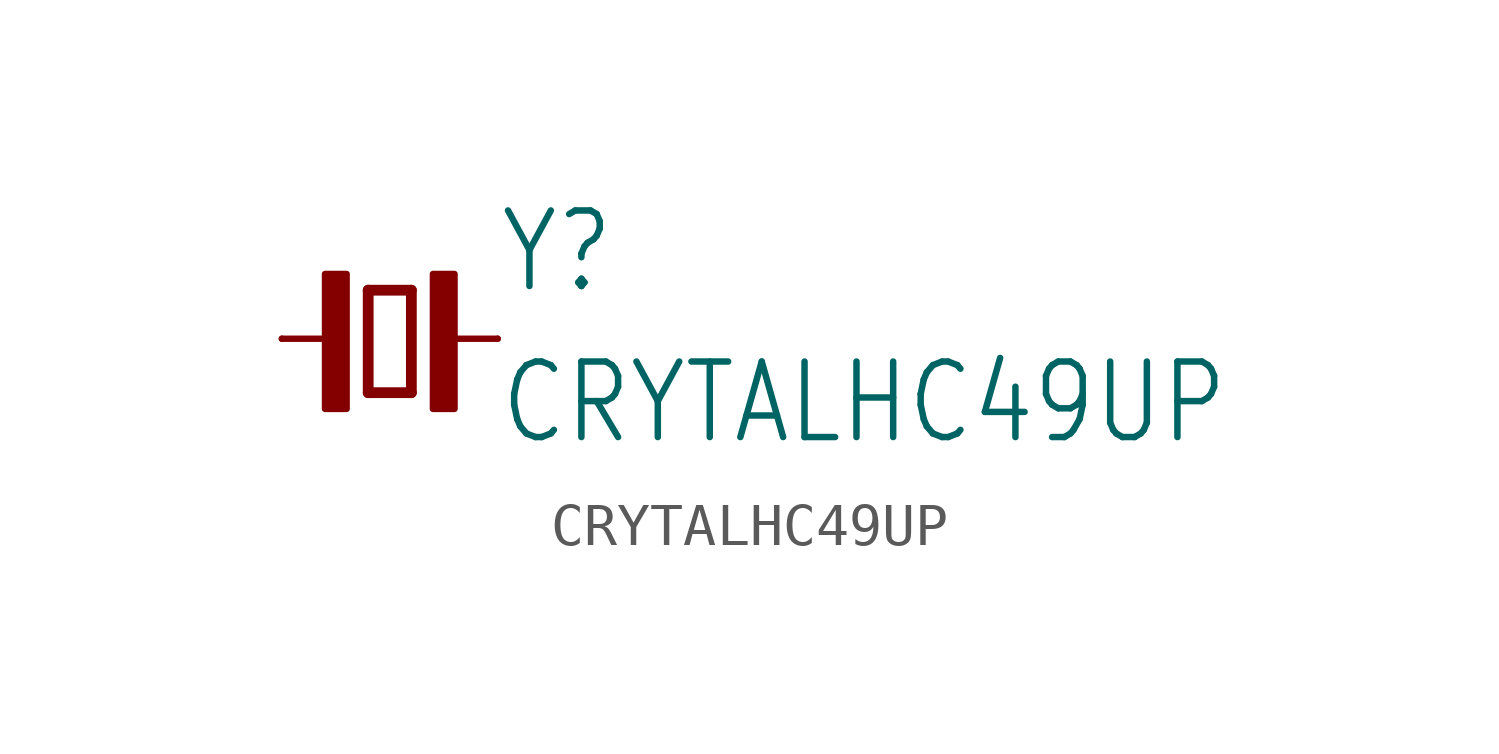
<source format=kicad_sym>
(kicad_symbol_lib
  (version 20211014)
  (generator kicad_symbol_editor)
  (symbol "CRYTALHC49UP"
    (property "Reference" "Y"
      (at 2.54 1.016 0)
      (effects (font (size 1.778 1.511)) (justify left bottom)))
    (property "Value" "CRYTALHC49UP"
      (at 2.54 -2.54 0)
      (effects (font (size 1.778 1.511)) (justify left bottom)))
    (property "ki_locked" ""
      (at 0 0 0)
      (effects (font (size 1.27 1.27))))
    (symbol "CRYTALHC49UP_1_0"
      (rectangle (start -1.524 -1.651) (end -1.016 1.524) (stroke (width 0) (type default) (color 0 0 0 0)) (fill (type outline)))
      (polyline (pts (xy -2.54 0) (xy -1.143 0)) (stroke (width 0.152) (type default) (color 0 0 0 0)) (fill (type none)))
      (polyline (pts (xy -0.508 -1.27) (xy 0.508 -1.27)) (stroke (width 0.254) (type default) (color 0 0 0 0)) (fill (type none)))
      (polyline (pts (xy -0.508 1.143) (xy -0.508 -1.27)) (stroke (width 0.254) (type default) (color 0 0 0 0)) (fill (type none)))
      (polyline (pts (xy 0.508 -1.27) (xy 0.508 1.143)) (stroke (width 0.254) (type default) (color 0 0 0 0)) (fill (type none)))
      (polyline (pts (xy 0.508 1.143) (xy -0.508 1.143)) (stroke (width 0.254) (type default) (color 0 0 0 0)) (fill (type none)))
      (polyline (pts (xy 1.143 0) (xy 2.54 0)) (stroke (width 0.152) (type default) (color 0 0 0 0)) (fill (type none)))
      (rectangle (start 1.016 -1.651) (end 1.524 1.524) (stroke (width 0) (type default) (color 0 0 0 0)) (fill (type outline)))
      (pin passive line (at -2.54 0 0) (length 0) (name "1" (effects (font (size 0 0)))) (number "1" (effects (font (size 0 0)))))
      (pin passive line (at 2.54 0 180) (length 0) (name "2" (effects (font (size 0 0)))) (number "2" (effects (font (size 0 0))))))))
</source>
